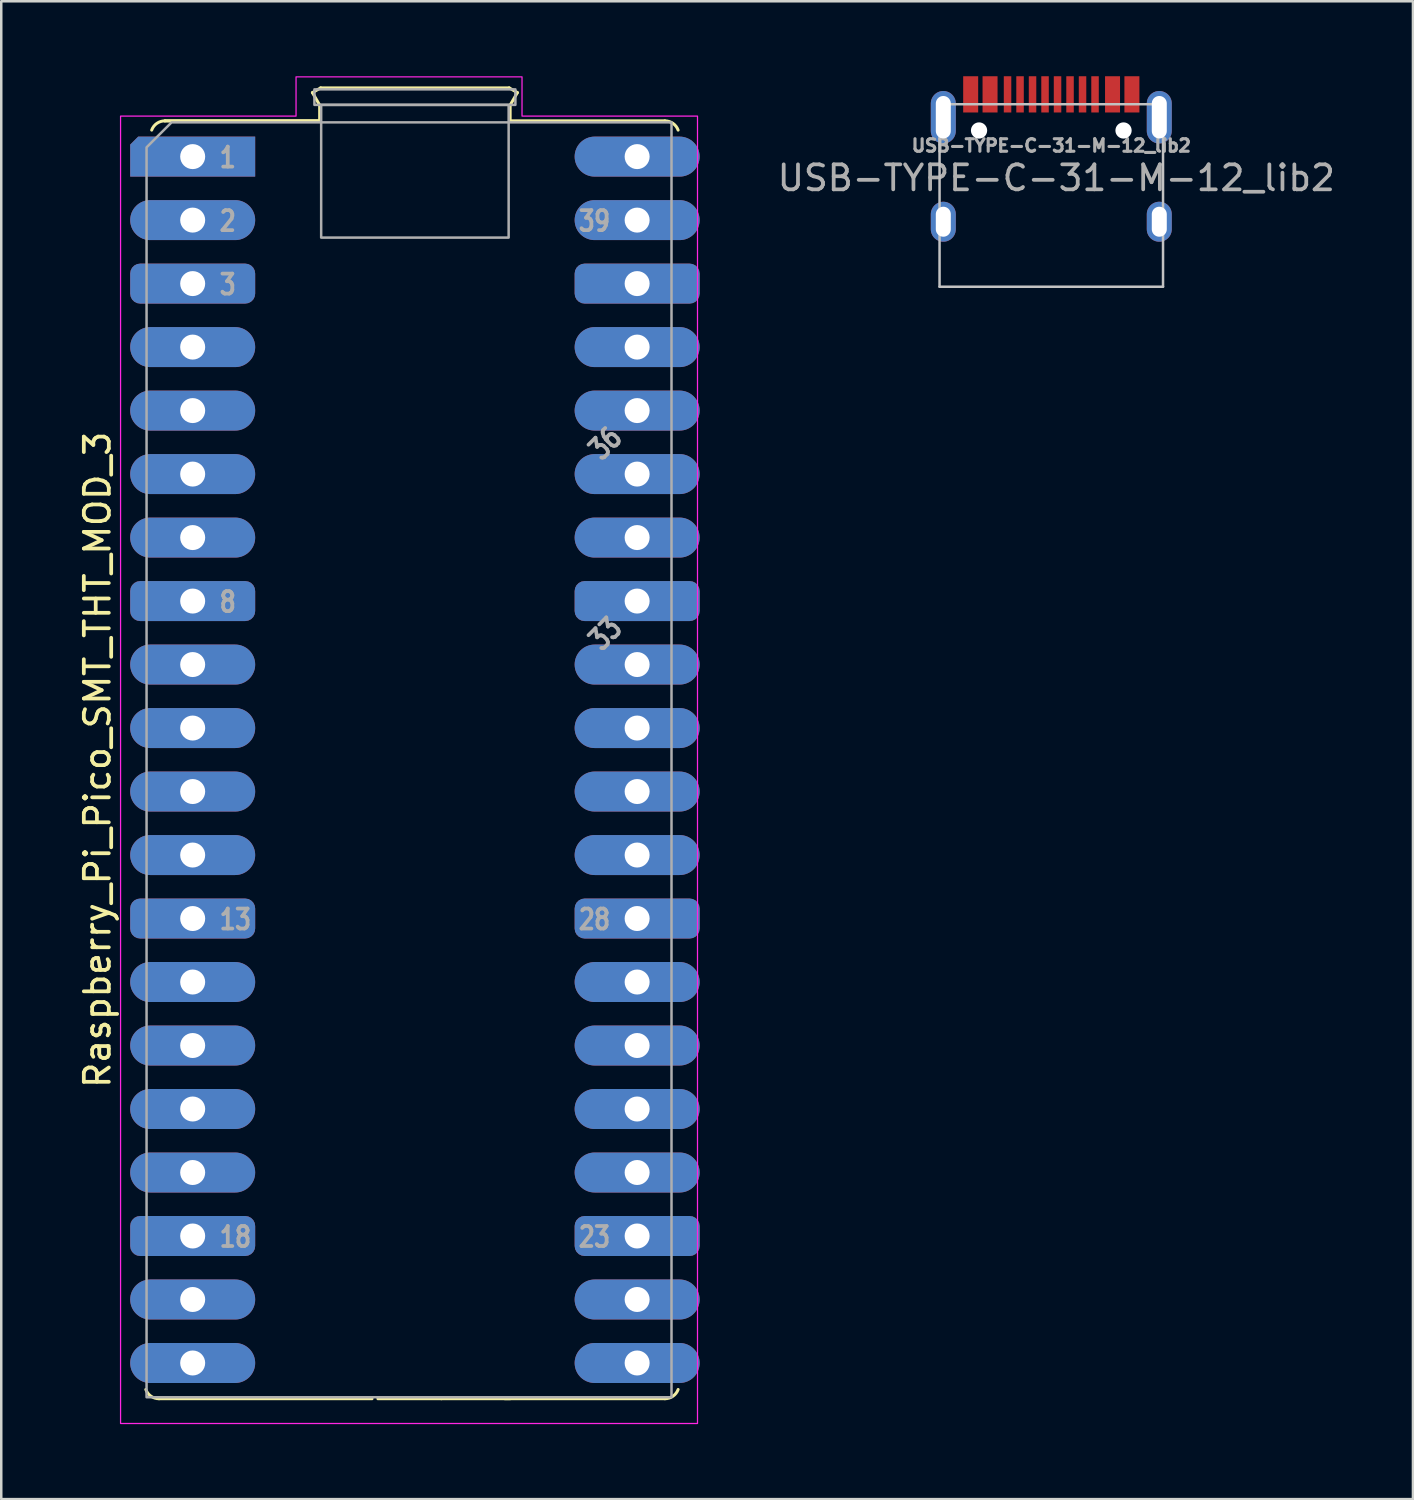
<source format=kicad_pcb>
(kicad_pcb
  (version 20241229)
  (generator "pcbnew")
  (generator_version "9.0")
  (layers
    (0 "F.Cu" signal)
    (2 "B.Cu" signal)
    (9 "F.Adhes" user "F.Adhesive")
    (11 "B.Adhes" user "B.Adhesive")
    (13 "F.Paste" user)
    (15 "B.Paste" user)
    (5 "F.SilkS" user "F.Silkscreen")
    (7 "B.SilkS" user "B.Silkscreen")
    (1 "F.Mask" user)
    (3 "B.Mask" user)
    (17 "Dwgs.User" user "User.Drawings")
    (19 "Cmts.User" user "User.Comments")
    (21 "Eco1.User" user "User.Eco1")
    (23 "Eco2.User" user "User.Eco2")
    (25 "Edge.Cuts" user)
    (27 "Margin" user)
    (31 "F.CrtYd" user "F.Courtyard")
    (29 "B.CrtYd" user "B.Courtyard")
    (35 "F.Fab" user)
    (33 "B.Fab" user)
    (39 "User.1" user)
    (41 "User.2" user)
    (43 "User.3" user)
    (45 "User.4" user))
  (footprint "Raspberry_Pi_Pico_SMT_THT_MOD_3"
    (layer "F.Cu")
    (at 4.658 3.215)
    (property "Reference" "Raspberry_Pi_Pico_SMT_THT_MOD_3" (at -3.81 24.13 270) (layer "F.SilkS") (effects (font (size 1 1) (thickness 0.15))))
    (attr through_hole)
    (fp_line (start -1.345 49.69) (end 7.175 49.69) (stroke (width 0.12) (type solid)) (layer "F.SilkS"))
    (fp_line (start -1.11 -1.43) (end 5.08 -1.43) (stroke (width 0.12) (type solid)) (layer "F.SilkS"))
    (fp_line (start 4.79 -2.56) (end 5.12 -2.75) (stroke (width 0.12) (type solid)) (layer "F.SilkS"))
    (fp_line (start 5.08 -2.06) (end 4.79 -2.56) (stroke (width 0.12) (type solid)) (layer "F.SilkS"))
    (fp_line (start 5.08 -1.43) (end -1.11 -1.43) (stroke (width 0.12) (type solid)) (layer "F.SilkS"))
    (fp_line (start 5.08 -1.43) (end 5.08 -2.06) (stroke (width 0.12) (type solid)) (layer "F.SilkS"))
    (fp_line (start 5.12 -2.75) (end 12.66 -2.75) (stroke (width 0.12) (type solid)) (layer "F.SilkS"))
    (fp_line (start 7.41 49.69) (end 9.95 49.69) (stroke (width 0.12) (type solid)) (layer "F.SilkS"))
    (fp_line (start 9.95 49.69) (end 12.7 49.69) (stroke (width 0.12) (type solid)) (layer "F.SilkS"))
    (fp_line (start 12.49 49.69) (end 18.89 49.69) (stroke (width 0.12) (type solid)) (layer "F.SilkS"))
    (fp_line (start 12.66 -2.75) (end 12.99 -2.56) (stroke (width 0.12) (type solid)) (layer "F.SilkS"))
    (fp_line (start 12.7 -2.06) (end 12.7 -1.43) (stroke (width 0.12) (type solid)) (layer "F.SilkS"))
    (fp_line (start 12.99 -2.56) (end 12.7 -2.06) (stroke (width 0.12) (type solid)) (layer "F.SilkS"))
    (fp_line (start 18.89 -1.43) (end 12.7 -1.43) (stroke (width 0.12) (type solid)) (layer "F.SilkS"))
    (fp_arc (start -1.64 -1.06) (mid -1.433508 -1.328808) (end -1.11 -1.43) (stroke (width 0.12) (type solid)) (layer "F.SilkS"))
    (fp_arc (start -1.345 49.69) (mid -1.668508 49.588809) (end -1.875 49.32) (stroke (width 0.12) (type solid)) (layer "F.SilkS"))
    (fp_arc (start 18.89 -1.43) (mid 19.213484 -1.328785) (end 19.42 -1.06) (stroke (width 0.12) (type solid)) (layer "F.SilkS"))
    (fp_arc (start 19.42 49.32) (mid 19.213497 49.588778) (end 18.89 49.69) (stroke (width 0.12) (type solid)) (layer "F.SilkS"))
    (fp_poly (pts (xy 13.175 -1.62) (xy 20.195 -1.62) (xy 20.195 50.68) (xy -2.885 50.68) (xy -2.885 -1.62) (xy 4.135 -1.62) (xy 4.135 -3.19) (xy 13.175 -3.19)) (stroke (width 0.05) (type solid)) (fill no) (layer "F.CrtYd"))
    (fp_rect (start 4.87 -2.69) (end 12.91 -2.07) (stroke (width 0.1) (type solid)) (fill no) (layer "F.Fab"))
    (fp_rect (start 5.14 -2.07) (end 12.64 3.24) (stroke (width 0.1) (type solid)) (fill no) (layer "F.Fab"))
    (fp_poly (pts (xy 19.155 49.63) (xy -1.845 49.63) (xy -1.845 -0.37) (xy -0.845 -1.37) (xy 19.155 -1.37)) (stroke (width 0.1) (type solid)) (fill no) (layer "F.Fab"))
    (fp_text user "39" (at 16.78 2.578 0) (unlocked yes) (layer "F.Fab") (effects (font (size 0.8 0.64) (thickness 0.15)) (justify right)))
    (fp_text user "3" (at 1 5.118 0) (unlocked yes) (layer "F.Fab") (effects (font (size 0.8 0.64) (thickness 0.15)) (justify left)))
    (fp_text user "28" (at 16.78 30.518 0) (unlocked yes) (layer "F.Fab") (effects (font (size 0.8 0.64) (thickness 0.15)) (justify right)))
    (fp_text user "33" (at 16.51 19.088 45) (unlocked yes) (layer "F.Fab") (effects (font (size 0.8 0.64) (thickness 0.15))))
    (fp_text user "2" (at 1 2.578 0) (unlocked yes) (layer "F.Fab") (effects (font (size 0.8 0.64) (thickness 0.15)) (justify left)))
    (fp_text user "13" (at 1 30.518 0) (unlocked yes) (layer "F.Fab") (effects (font (size 0.8 0.64) (thickness 0.15)) (justify left)))
    (fp_text user "8" (at 1 17.818 0) (unlocked yes) (layer "F.Fab") (effects (font (size 0.8 0.64) (thickness 0.15)) (justify left)))
    (fp_text user "18" (at 1 43.218 0) (unlocked yes) (layer "F.Fab") (effects (font (size 0.8 0.64) (thickness 0.15)) (justify left)))
    (fp_text user "36" (at 16.51 11.468 45) (unlocked yes) (layer "F.Fab") (effects (font (size 0.8 0.64) (thickness 0.15))))
    (fp_text user "23" (at 16.78 43.218 0) (unlocked yes) (layer "F.Fab") (effects (font (size 0.8 0.64) (thickness 0.15)) (justify right)))
    (fp_text user "1" (at 1 0.038 0) (unlocked yes) (layer "F.Fab") (effects (font (size 0.8 0.64) (thickness 0.15)) (justify left)))
    (pad "1" thru_hole roundrect (at 0 0) (size 5 1.6) (drill 1) (layers "*.Cu" "*.Mask") (remove_unused_layers yes) (keep_end_layers yes) (zone_layer_connections) (roundrect_rratio 0) (chamfer_ratio 0.2) (chamfer top_left))
    (pad "2" thru_hole oval (at 0 2.54) (size 5 1.6) (drill 1) (layers "*.Cu" "*.Mask") (remove_unused_layers yes) (keep_end_layers yes) (zone_layer_connections))
    (pad "3" thru_hole roundrect (at 0 5.08) (size 5 1.6) (drill 1) (layers "*.Cu" "*.Mask") (remove_unused_layers yes) (keep_end_layers yes) (zone_layer_connections) (roundrect_rratio 0.25))
    (pad "4" thru_hole oval (at 0 7.62) (size 5 1.6) (drill 1) (layers "*.Cu" "*.Mask") (remove_unused_layers yes) (keep_end_layers yes) (zone_layer_connections))
    (pad "5" thru_hole oval (at 0 10.16) (size 5 1.6) (drill 1) (layers "*.Cu" "*.Mask") (remove_unused_layers yes) (keep_end_layers yes) (zone_layer_connections))
    (pad "6" thru_hole oval (at 0 12.7) (size 5 1.6) (drill 1) (layers "*.Cu" "*.Mask") (remove_unused_layers yes) (keep_end_layers yes) (zone_layer_connections))
    (pad "7" thru_hole oval (at 0 15.24) (size 5 1.6) (drill 1) (layers "*.Cu" "*.Mask") (remove_unused_layers yes) (keep_end_layers yes) (zone_layer_connections))
    (pad "8" thru_hole roundrect (at 0 17.78) (size 5 1.6) (drill 1) (layers "*.Cu" "*.Mask") (remove_unused_layers yes) (keep_end_layers yes) (zone_layer_connections) (roundrect_rratio 0.25))
    (pad "9" thru_hole oval (at 0 20.32) (size 5 1.6) (drill 1) (layers "*.Cu" "*.Mask") (remove_unused_layers yes) (keep_end_layers yes) (zone_layer_connections))
    (pad "10" thru_hole oval (at 0 22.86) (size 5 1.6) (drill 1) (layers "*.Cu" "*.Mask") (remove_unused_layers yes) (keep_end_layers yes) (zone_layer_connections))
    (pad "11" thru_hole oval (at 0 25.4) (size 5 1.6) (drill 1) (layers "*.Cu" "*.Mask") (remove_unused_layers yes) (keep_end_layers yes) (zone_layer_connections))
    (pad "12" thru_hole oval (at 0 27.94) (size 5 1.6) (drill 1) (layers "*.Cu" "*.Mask") (remove_unused_layers yes) (keep_end_layers yes) (zone_layer_connections))
    (pad "13" thru_hole roundrect (at 0 30.48) (size 5 1.6) (drill 1) (layers "*.Cu" "*.Mask") (remove_unused_layers yes) (keep_end_layers yes) (zone_layer_connections) (roundrect_rratio 0.25))
    (pad "14" thru_hole oval (at 0 33.02) (size 5 1.6) (drill 1) (layers "*.Cu" "*.Mask") (remove_unused_layers yes) (keep_end_layers yes) (zone_layer_connections))
    (pad "15" thru_hole oval (at 0 35.56) (size 5 1.6) (drill 1) (layers "*.Cu" "*.Mask") (remove_unused_layers yes) (keep_end_layers yes) (zone_layer_connections))
    (pad "16" thru_hole oval (at 0 38.1) (size 5 1.6) (drill 1) (layers "*.Cu" "*.Mask") (remove_unused_layers yes) (keep_end_layers yes) (zone_layer_connections))
    (pad "17" thru_hole oval (at 0 40.64) (size 5 1.6) (drill 1) (layers "*.Cu" "*.Mask") (remove_unused_layers yes) (keep_end_layers yes) (zone_layer_connections))
    (pad "18" thru_hole roundrect (at 0 43.18) (size 5 1.6) (drill 1) (layers "*.Cu" "*.Mask") (remove_unused_layers yes) (keep_end_layers yes) (zone_layer_connections) (roundrect_rratio 0.25))
    (pad "19" thru_hole oval (at 0 45.72) (size 5 1.6) (drill 1) (layers "*.Cu" "*.Mask") (remove_unused_layers yes) (keep_end_layers yes) (zone_layer_connections))
    (pad "20" thru_hole oval (at 0 48.26) (size 5 1.6) (drill 1) (layers "*.Cu" "*.Mask") (remove_unused_layers yes) (keep_end_layers yes) (zone_layer_connections))
    (pad "21" thru_hole oval (at 17.78 48.26) (size 5 1.6) (drill 1) (layers "*.Cu" "*.Mask") (remove_unused_layers yes) (keep_end_layers yes) (zone_layer_connections))
    (pad "22" thru_hole oval (at 17.78 45.72) (size 5 1.6) (drill 1) (layers "*.Cu" "*.Mask") (remove_unused_layers yes) (keep_end_layers yes) (zone_layer_connections))
    (pad "23" thru_hole roundrect (at 17.78 43.18) (size 5 1.6) (drill 1) (layers "*.Cu" "*.Mask") (remove_unused_layers yes) (keep_end_layers yes) (zone_layer_connections) (roundrect_rratio 0.25))
    (pad "24" thru_hole oval (at 17.78 40.64) (size 5 1.6) (drill 1) (layers "*.Cu" "*.Mask") (remove_unused_layers yes) (keep_end_layers yes) (zone_layer_connections))
    (pad "25" thru_hole oval (at 17.78 38.1) (size 5 1.6) (drill 1) (layers "*.Cu" "*.Mask") (remove_unused_layers yes) (keep_end_layers yes) (zone_layer_connections))
    (pad "26" thru_hole oval (at 17.78 35.56) (size 5 1.6) (drill 1) (layers "*.Cu" "*.Mask") (remove_unused_layers yes) (keep_end_layers yes) (zone_layer_connections))
    (pad "27" thru_hole oval (at 17.78 33.02) (size 5 1.6) (drill 1) (layers "*.Cu" "*.Mask") (remove_unused_layers yes) (keep_end_layers yes) (zone_layer_connections))
    (pad "28" thru_hole roundrect (at 17.78 30.48) (size 5 1.6) (drill 1) (layers "*.Cu" "*.Mask") (remove_unused_layers yes) (keep_end_layers yes) (zone_layer_connections) (roundrect_rratio 0.25))
    (pad "29" thru_hole oval (at 17.78 27.94) (size 5 1.6) (drill 1) (layers "*.Cu" "*.Mask") (remove_unused_layers yes) (keep_end_layers yes) (zone_layer_connections))
    (pad "30" thru_hole oval (at 17.78 25.4) (size 5 1.6) (drill 1) (layers "*.Cu" "*.Mask") (remove_unused_layers yes) (keep_end_layers yes) (zone_layer_connections))
    (pad "31" thru_hole oval (at 17.78 22.86) (size 5 1.6) (drill 1) (layers "*.Cu" "*.Mask") (remove_unused_layers yes) (keep_end_layers yes) (zone_layer_connections))
    (pad "32" thru_hole oval (at 17.78 20.32) (size 5 1.6) (drill 1) (layers "*.Cu" "*.Mask") (remove_unused_layers yes) (keep_end_layers yes) (zone_layer_connections))
    (pad "33" thru_hole roundrect (at 17.78 17.78) (size 5 1.6) (drill 1) (layers "*.Cu" "*.Mask") (remove_unused_layers yes) (keep_end_layers yes) (zone_layer_connections) (roundrect_rratio 0.25))
    (pad "34" thru_hole oval (at 17.78 15.24) (size 5 1.6) (drill 1) (layers "*.Cu" "*.Mask") (remove_unused_layers yes) (keep_end_layers yes) (zone_layer_connections))
    (pad "35" thru_hole oval (at 17.78 12.7) (size 5 1.6) (drill 1) (layers "*.Cu" "*.Mask") (remove_unused_layers yes) (keep_end_layers yes) (zone_layer_connections))
    (pad "36" thru_hole oval (at 17.78 10.16) (size 5 1.6) (drill 1) (layers "*.Cu" "*.Mask") (remove_unused_layers yes) (keep_end_layers yes) (zone_layer_connections))
    (pad "37" thru_hole oval (at 17.78 7.62) (size 5 1.6) (drill 1) (layers "*.Cu" "*.Mask") (remove_unused_layers yes) (keep_end_layers yes) (zone_layer_connections))
    (pad "38" thru_hole roundrect (at 17.78 5.08) (size 5 1.6) (drill 1) (layers "*.Cu" "*.Mask") (remove_unused_layers yes) (keep_end_layers yes) (zone_layer_connections) (roundrect_rratio 0.25))
    (pad "39" thru_hole oval (at 17.78 2.54) (size 5 1.6) (drill 1) (layers "*.Cu" "*.Mask") (remove_unused_layers yes) (keep_end_layers yes) (zone_layer_connections))
    (pad "40" thru_hole oval (at 17.78 0) (size 5 1.6) (drill 1) (layers "*.Cu" "*.Mask") (remove_unused_layers yes) (keep_end_layers yes) (zone_layer_connections))
    (zone (net_name "") (layer "F.Cu") (name "Test Point Keepout") (hatch full 0.508) (connect_pads) (min_thickness 0.254) (filled_areas_thickness no) (keepout (tracks not_allowed) (vias not_allowed) (pads allowed) (copperpour not_allowed) (footprints allowed)) (placement (enabled no)) (fill) (polygon (pts (xy 12.098 10.895) (xy 9.998 10.895) (xy 9.998 8.795) (xy 12.098 8.795))))
    (zone (net_name "") (layer "F.Cu") (name "Test Point Keepout") (hatch full 0.508) (connect_pads) (min_thickness 0.254) (filled_areas_thickness no) (keepout (tracks not_allowed) (vias not_allowed) (pads allowed) (copperpour not_allowed) (footprints allowed)) (placement (enabled no)) (fill) (polygon (pts (xy 12.098 13.395) (xy 9.998 13.395) (xy 9.998 11.295) (xy 12.098 11.295))))
    (zone (net_name "") (layer "F.Cu") (name "Test Point Keepout") (hatch full 0.508) (connect_pads) (min_thickness 0.254) (filled_areas_thickness no) (keepout (tracks not_allowed) (vias not_allowed) (pads allowed) (copperpour not_allowed) (footprints allowed)) (placement (enabled no)) (fill) (polygon (pts (xy 12.098 15.895) (xy 9.998 15.895) (xy 9.998 13.795) (xy 12.098 13.795))))
    (zone (net_name "") (layer "F.Cu") (name "Test Point Keepout") (hatch full 0.508) (connect_pads) (min_thickness 0.254) (filled_areas_thickness no) (keepout (tracks not_allowed) (vias not_allowed) (pads allowed) (copperpour not_allowed) (footprints allowed)) (placement (enabled no)) (fill) (polygon (pts (xy 14.598 7.395) (xy 12.498 7.395) (xy 12.498 5.295) (xy 14.598 5.295))))
    (zone (net_name "") (layer "F.Cu") (name "Test Point Keepout") (hatch full 0.508) (connect_pads) (min_thickness 0.254) (filled_areas_thickness no) (keepout (tracks not_allowed) (vias not_allowed) (pads allowed) (copperpour not_allowed) (footprints allowed)) (placement (enabled no)) (fill) (polygon (pts (xy 15.598 4.095) (xy 11.498 4.095) (xy 11.498 1.995) (xy 15.598 1.995)))))
  (footprint "USB-TYPE-C-31-M-12_lib2"
    (layer "F.Cu")
    (at 39.006 8.42)
    (property "Reference" "USB-TYPE-C-31-M-12_lib2" (at 0 -5.645 180) (layer "F.Fab") (effects (font (size 0.5 0.5) (thickness 0.15))))
    (attr smd)
    (fp_line (start -4.47 -7.3) (end 4.47 -7.3) (stroke (width 0.1) (type solid)) (layer "Dwgs.User"))
    (fp_line (start -4.47 0) (end -4.47 -7.3) (stroke (width 0.1) (type solid)) (layer "Dwgs.User"))
    (fp_line (start -4.47 0) (end 4.47 0) (stroke (width 0.1) (type solid)) (layer "Dwgs.User"))
    (fp_line (start 4.47 0) (end 4.47 -7.3) (stroke (width 0.1) (type solid)) (layer "Dwgs.User"))
    (fp_text user "${REFERENCE}" (at 0.2 -4.35 180) (layer "F.Fab") (effects (font (size 1 1) (thickness 0.15))))
    (pad "" np_thru_hole circle (at -2.89 -6.25) (size 0.65 0.65) (drill 0.65) (layers "*.Cu" "*.Mask"))
    (pad "" np_thru_hole circle (at 2.89 -6.25) (size 0.65 0.65) (drill 0.65) (layers "*.Cu" "*.Mask"))
    (pad "1" smd rect (at -3.225 -7.695) (size 0.6 1.45) (layers "F.Cu" "F.Mask" "F.Paste"))
    (pad "2" smd rect (at -2.45 -7.695) (size 0.6 1.45) (layers "F.Cu" "F.Mask" "F.Paste"))
    (pad "3" smd rect (at -1.75 -7.695) (size 0.3 1.45) (layers "F.Cu" "F.Mask" "F.Paste"))
    (pad "4" smd rect (at -1.25 -7.695) (size 0.3 1.45) (layers "F.Cu" "F.Mask" "F.Paste"))
    (pad "5" smd rect (at -0.75 -7.695) (size 0.3 1.45) (layers "F.Cu" "F.Mask" "F.Paste"))
    (pad "6" smd rect (at -0.25 -7.695) (size 0.3 1.45) (layers "F.Cu" "F.Mask" "F.Paste"))
    (pad "7" smd rect (at 0.25 -7.695) (size 0.3 1.45) (layers "F.Cu" "F.Mask" "F.Paste"))
    (pad "8" smd rect (at 0.75 -7.695) (size 0.3 1.45) (layers "F.Cu" "F.Mask" "F.Paste"))
    (pad "9" smd rect (at 1.25 -7.695) (size 0.3 1.45) (layers "F.Cu" "F.Mask" "F.Paste"))
    (pad "10" smd rect (at 1.75 -7.695) (size 0.3 1.45) (layers "F.Cu" "F.Mask" "F.Paste"))
    (pad "11" smd rect (at 2.45 -7.695) (size 0.6 1.45) (layers "F.Cu" "F.Mask" "F.Paste"))
    (pad "12" smd rect (at 3.225 -7.695) (size 0.6 1.45) (layers "F.Cu" "F.Mask" "F.Paste"))
    (pad "13" thru_hole oval (at -4.32 -6.78) (size 1 2.1) (drill oval 0.6 1.7) (layers "*.Cu" "*.Mask"))
    (pad "13" thru_hole oval (at -4.32 -2.6) (size 1 1.6) (drill oval 0.6 1.2) (layers "*.Cu" "*.Mask"))
    (pad "13" thru_hole oval (at 4.32 -6.78) (size 1 2.1) (drill oval 0.6 1.7) (layers "*.Cu" "*.Mask"))
    (pad "13" thru_hole oval (at 4.32 -2.6) (size 1 1.6) (drill oval 0.6 1.2) (layers "*.Cu" "*.Mask")))
  (gr_rect
    (start -3 -3)
    (end 53.474 56.92)
    (stroke (width 0.1) (type default))
    (fill no)
    (layer "Edge.Cuts")))
</source>
